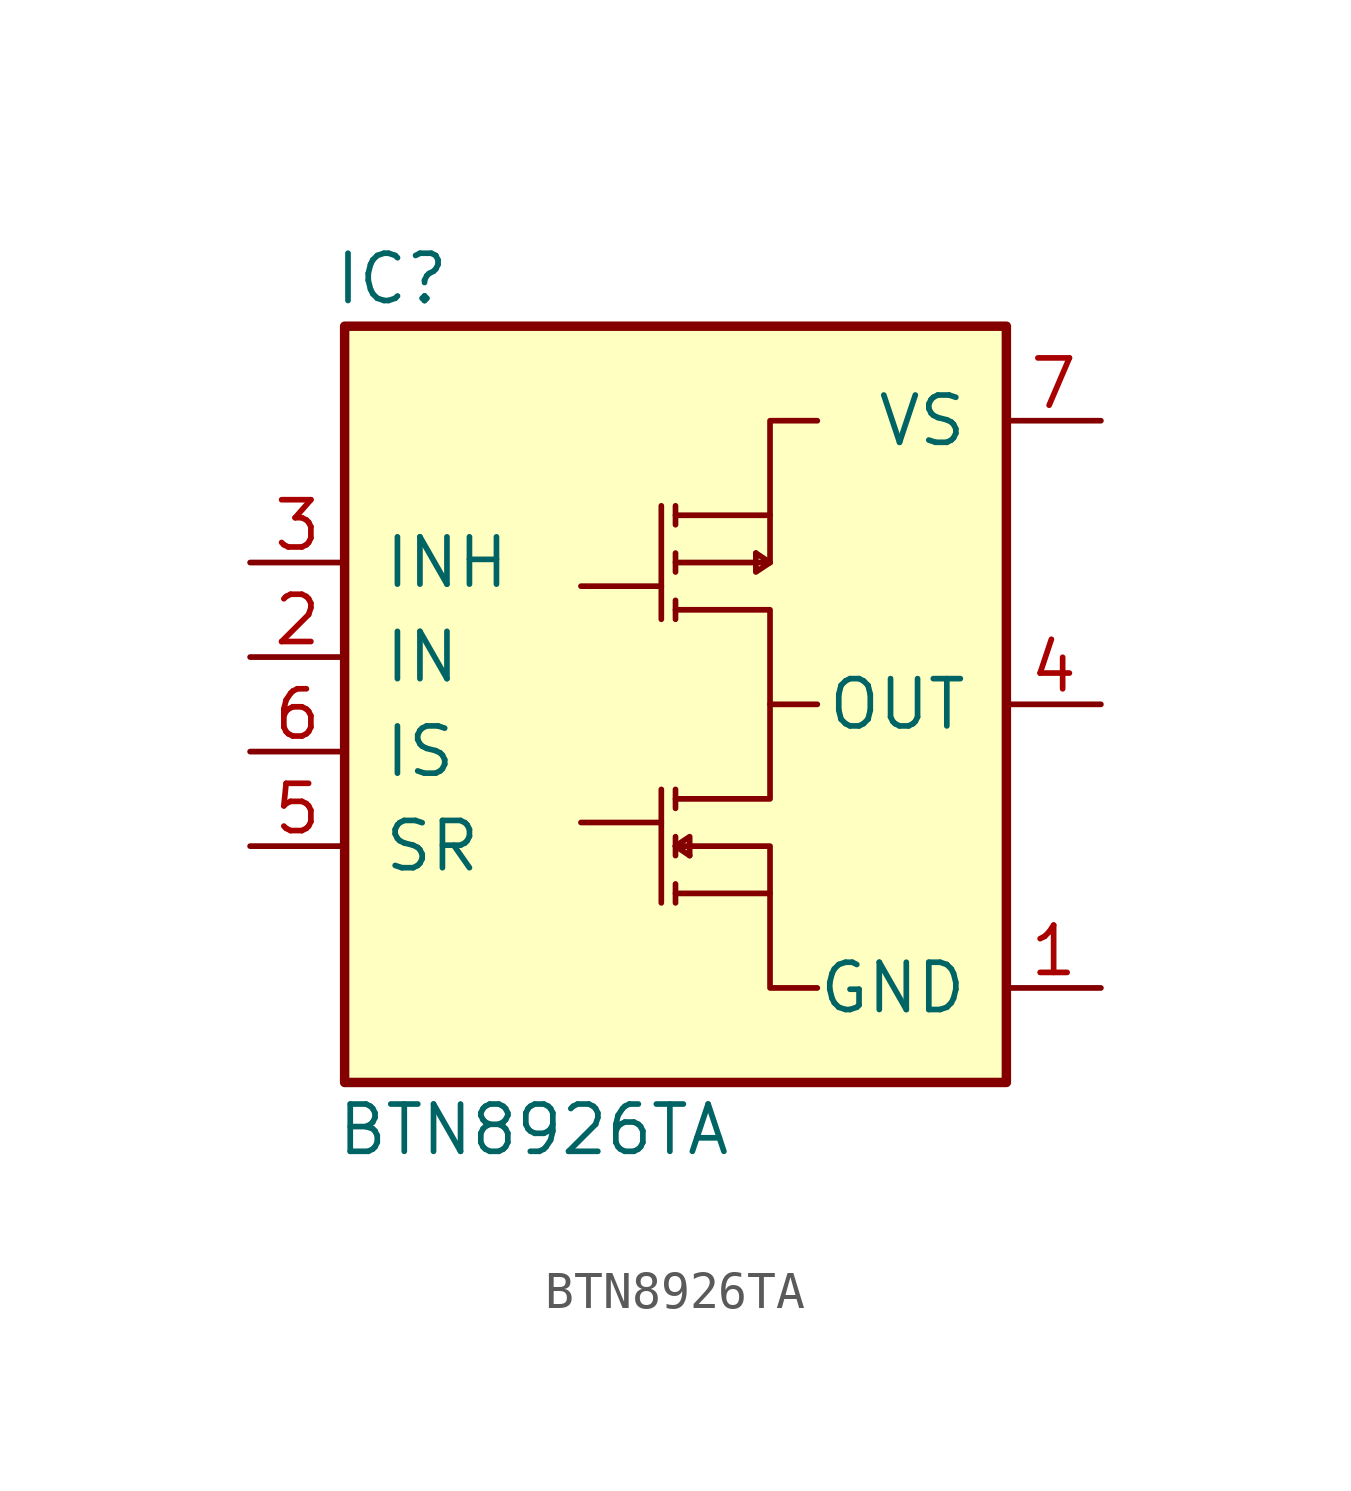
<source format=kicad_sym>
(kicad_symbol_lib
  (version 20241209)
  (generator "kicad_symbol_editor")
  (generator_version "9.0")
  (symbol "BTN8926TA"
    (pin_names
      (offset 1.016))
    (property "Reference" "IC"
      (at -7.62 11.43 0)
      (effects (font (size 1.27 1.27))))
    (property "Value" "BTN8926TA"
      (at -3.81 -11.43 0)
      (effects (font (size 1.27 1.27))))
    (symbol "BTN8926TA_0_1"
      (rectangle (start -8.89 10.16) (end 8.89 -10.16) (stroke (width 0.254) (type default)) (fill (type background)))
      (polyline (pts (xy -0.381 5.334) (xy -0.381 2.286)) (stroke (width 0) (type default)) (fill (type none)))
      (polyline (pts (xy -0.381 3.175) (xy -2.54 3.175)) (stroke (width 0) (type default)) (fill (type none)))
      (polyline (pts (xy -0.381 -3.175) (xy -2.54 -3.175)) (stroke (width 0) (type default)) (fill (type none)))
      (polyline (pts (xy -0.381 -5.334) (xy -0.381 -2.286)) (stroke (width 0) (type default)) (fill (type none)))
      (polyline (pts (xy 0 5.334) (xy 0 4.826)) (stroke (width 0) (type default)) (fill (type none)))
      (polyline (pts (xy 0 4.064) (xy 0 3.556)) (stroke (width 0) (type default)) (fill (type none)))
      (polyline (pts (xy 0 3.81) (xy 2.54 3.81) (xy 2.54 5.08)) (stroke (width 0) (type default)) (fill (type none)))
      (polyline (pts (xy 0 2.794) (xy 0 2.286)) (stroke (width 0) (type default)) (fill (type none)))
      (polyline (pts (xy 0 2.54) (xy 2.54 2.54) (xy 2.54 -2.54) (xy 0 -2.54)) (stroke (width 0) (type default)) (fill (type none)))
      (polyline (pts (xy 0 -2.286) (xy 0 -2.794)) (stroke (width 0) (type default)) (fill (type none)))
      (polyline (pts (xy 0 -3.556) (xy 0 -4.064)) (stroke (width 0) (type default)) (fill (type none)))
      (polyline (pts (xy 0 -3.81) (xy 0.381 -3.556) (xy 0.381 -4.064)) (stroke (width 0) (type default)) (fill (type none)))
      (polyline (pts (xy 0 -3.81) (xy 2.54 -3.81) (xy 2.54 -5.08)) (stroke (width 0) (type default)) (fill (type none)))
      (polyline (pts (xy 0 -4.826) (xy 0 -5.334)) (stroke (width 0) (type default)) (fill (type none)))
      (polyline (pts (xy 0 -5.08) (xy 2.54 -5.08) (xy 2.54 -7.62) (xy 3.81 -7.62)) (stroke (width 0) (type default)) (fill (type none)))
      (polyline (pts (xy 0.381 -4.064) (xy 0 -3.81)) (stroke (width 0) (type default)) (fill (type none)))
      (polyline (pts (xy 2.54 3.81) (xy 2.159 4.064)) (stroke (width 0) (type default)) (fill (type none)))
      (polyline (pts (xy 2.54 3.81) (xy 2.159 3.556) (xy 2.159 4.064)) (stroke (width 0) (type default)) (fill (type none)))
      (polyline (pts (xy 2.54 0) (xy 3.81 0)) (stroke (width 0) (type default)) (fill (type none)))
      (polyline (pts (xy 3.81 7.62) (xy 2.54 7.62) (xy 2.54 5.08) (xy 0 5.08)) (stroke (width 0) (type default)) (fill (type none))))
    (symbol "BTN8926TA_1_1"
      (pin input line (at -11.43 3.81 0) (length 2.54) (name "INH" (effects (font (size 1.27 1.27)))) (number "3" (effects (font (size 1.27 1.27)))))
      (pin input line (at -11.43 1.27 0) (length 2.54) (name "IN" (effects (font (size 1.27 1.27)))) (number "2" (effects (font (size 1.27 1.27)))))
      (pin passive line (at -11.43 -1.27 0) (length 2.54) (name "IS" (effects (font (size 1.27 1.27)))) (number "6" (effects (font (size 1.27 1.27)))))
      (pin passive line (at -11.43 -3.81 0) (length 2.54) (name "SR" (effects (font (size 1.27 1.27)))) (number "5" (effects (font (size 1.27 1.27)))))
      (pin power_in line (at 11.43 7.62 180) (length 2.54) (name "VS" (effects (font (size 1.27 1.27)))) (number "7" (effects (font (size 1.27 1.27)))))
      (pin power_out line (at 11.43 0 180) (length 2.54) (name "OUT" (effects (font (size 1.27 1.27)))) (number "4" (effects (font (size 1.27 1.27)))))
      (pin power_in line (at 11.43 -7.62 180) (length 2.54) (name "GND" (effects (font (size 1.27 1.27)))) (number "1" (effects (font (size 1.27 1.27))))))))
</source>
